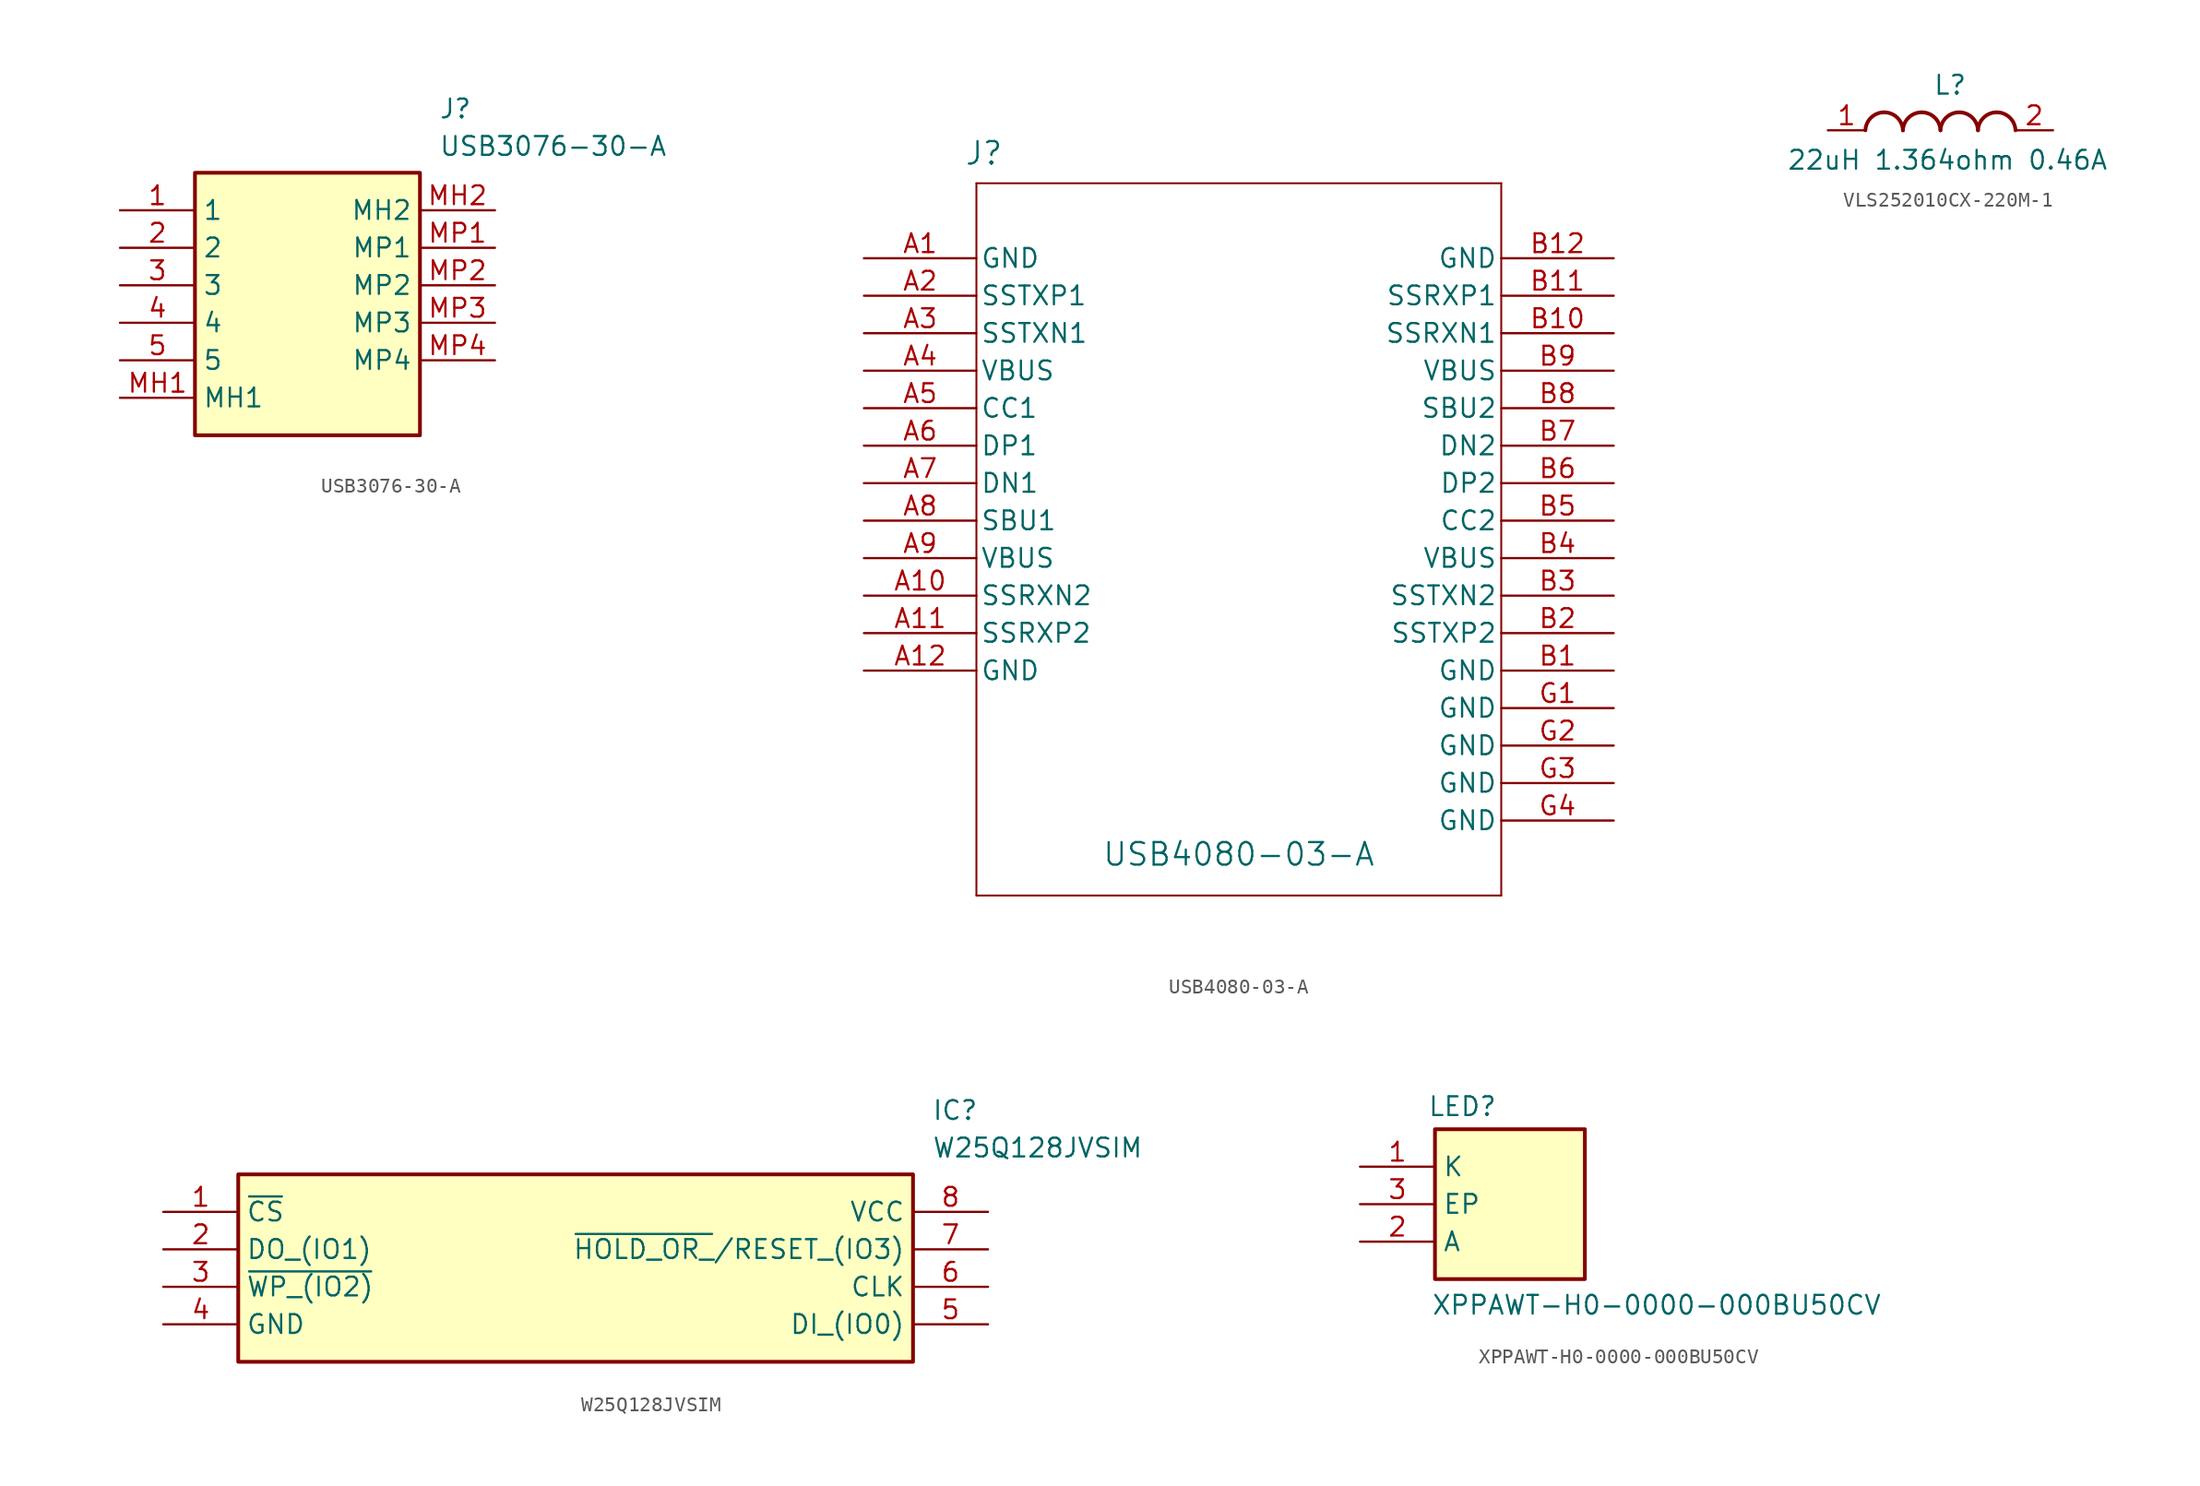
<source format=kicad_sym>
(kicad_symbol_lib
  (version 20241209)
  (generator "kicad_symbol_editor")
  (generator_version "9.0")
  (symbol "USB3076-30-A"
    (property "Reference" "J"
      (at 21.59 7.62 0)
      (effects (font (size 1.27 1.27)) (justify left top)))
    (property "Value" "USB3076-30-A"
      (at 21.59 5.08 0)
      (effects (font (size 1.27 1.27)) (justify left top)))
    (symbol "USB3076-30-A_1_1"
      (rectangle (start 5.08 2.54) (end 20.32 -15.24) (stroke (width 0.254) (type default)) (fill (type background)))
      (pin passive line (at 0 0 0) (length 5.08) (name "1" (effects (font (size 1.27 1.27)))) (number "1" (effects (font (size 1.27 1.27)))))
      (pin passive line (at 0 -2.54 0) (length 5.08) (name "2" (effects (font (size 1.27 1.27)))) (number "2" (effects (font (size 1.27 1.27)))))
      (pin passive line (at 0 -5.08 0) (length 5.08) (name "3" (effects (font (size 1.27 1.27)))) (number "3" (effects (font (size 1.27 1.27)))))
      (pin passive line (at 0 -7.62 0) (length 5.08) (name "4" (effects (font (size 1.27 1.27)))) (number "4" (effects (font (size 1.27 1.27)))))
      (pin passive line (at 0 -10.16 0) (length 5.08) (name "5" (effects (font (size 1.27 1.27)))) (number "5" (effects (font (size 1.27 1.27)))))
      (pin passive line (at 0 -12.7 0) (length 5.08) (name "MH1" (effects (font (size 1.27 1.27)))) (number "MH1" (effects (font (size 1.27 1.27)))))
      (pin passive line (at 25.4 0 180) (length 5.08) (name "MH2" (effects (font (size 1.27 1.27)))) (number "MH2" (effects (font (size 1.27 1.27)))))
      (pin passive line (at 25.4 -2.54 180) (length 5.08) (name "MP1" (effects (font (size 1.27 1.27)))) (number "MP1" (effects (font (size 1.27 1.27)))))
      (pin passive line (at 25.4 -5.08 180) (length 5.08) (name "MP2" (effects (font (size 1.27 1.27)))) (number "MP2" (effects (font (size 1.27 1.27)))))
      (pin passive line (at 25.4 -7.62 180) (length 5.08) (name "MP3" (effects (font (size 1.27 1.27)))) (number "MP3" (effects (font (size 1.27 1.27)))))
      (pin passive line (at 25.4 -10.16 180) (length 5.08) (name "MP4" (effects (font (size 1.27 1.27)))) (number "MP4" (effects (font (size 1.27 1.27)))))))
  (symbol "USB4080-03-A"
    (pin_names
      (offset 0.254))
    (property "Reference" "J"
      (at -17.272 21.082 0)
      (effects (font (size 1.524 1.524))))
    (property "Value" "USB4080-03-A"
      (at 0 -26.416 0)
      (effects (font (size 1.524 1.524))))
    (symbol "USB4080-03-A_0_1"
      (polyline (pts (xy -17.78 19.05) (xy -17.78 -29.21)) (stroke (width 0.127) (type default)) (fill (type none)))
      (polyline (pts (xy -17.78 -29.21) (xy 17.78 -29.21)) (stroke (width 0.127) (type default)) (fill (type none)))
      (polyline (pts (xy 17.78 19.05) (xy -17.78 19.05)) (stroke (width 0.127) (type default)) (fill (type none)))
      (polyline (pts (xy 17.78 -29.21) (xy 17.78 19.05)) (stroke (width 0.127) (type default)) (fill (type none)))
      (pin bidirectional line (at -25.4 11.43 0) (length 7.62) (name "SSTXP1" (effects (font (size 1.27 1.27)))) (number "A2" (effects (font (size 1.27 1.27)))))
      (pin bidirectional line (at -25.4 8.89 0) (length 7.62) (name "SSTXN1" (effects (font (size 1.27 1.27)))) (number "A3" (effects (font (size 1.27 1.27)))))
      (pin bidirectional line (at -25.4 3.81 0) (length 7.62) (name "CC1" (effects (font (size 1.27 1.27)))) (number "A5" (effects (font (size 1.27 1.27)))))
      (pin bidirectional line (at -25.4 1.27 0) (length 7.62) (name "DP1" (effects (font (size 1.27 1.27)))) (number "A6" (effects (font (size 1.27 1.27)))))
      (pin bidirectional line (at -25.4 -1.27 0) (length 7.62) (name "DN1" (effects (font (size 1.27 1.27)))) (number "A7" (effects (font (size 1.27 1.27)))))
      (pin bidirectional line (at -25.4 -3.81 0) (length 7.62) (name "SBU1" (effects (font (size 1.27 1.27)))) (number "A8" (effects (font (size 1.27 1.27)))))
      (pin bidirectional line (at -25.4 -8.89 0) (length 7.62) (name "SSRXN2" (effects (font (size 1.27 1.27)))) (number "A10" (effects (font (size 1.27 1.27)))))
      (pin bidirectional line (at -25.4 -11.43 0) (length 7.62) (name "SSRXP2" (effects (font (size 1.27 1.27)))) (number "A11" (effects (font (size 1.27 1.27)))))
      (pin bidirectional line (at 25.4 11.43 180) (length 7.62) (name "SSRXP1" (effects (font (size 1.27 1.27)))) (number "B11" (effects (font (size 1.27 1.27)))))
      (pin bidirectional line (at 25.4 8.89 180) (length 7.62) (name "SSRXN1" (effects (font (size 1.27 1.27)))) (number "B10" (effects (font (size 1.27 1.27)))))
      (pin bidirectional line (at 25.4 3.81 180) (length 7.62) (name "SBU2" (effects (font (size 1.27 1.27)))) (number "B8" (effects (font (size 1.27 1.27)))))
      (pin bidirectional line (at 25.4 1.27 180) (length 7.62) (name "DN2" (effects (font (size 1.27 1.27)))) (number "B7" (effects (font (size 1.27 1.27)))))
      (pin bidirectional line (at 25.4 -1.27 180) (length 7.62) (name "DP2" (effects (font (size 1.27 1.27)))) (number "B6" (effects (font (size 1.27 1.27)))))
      (pin bidirectional line (at 25.4 -3.81 180) (length 7.62) (name "CC2" (effects (font (size 1.27 1.27)))) (number "B5" (effects (font (size 1.27 1.27)))))
      (pin bidirectional line (at 25.4 -8.89 180) (length 7.62) (name "SSTXN2" (effects (font (size 1.27 1.27)))) (number "B3" (effects (font (size 1.27 1.27)))))
      (pin bidirectional line (at 25.4 -11.43 180) (length 7.62) (name "SSTXP2" (effects (font (size 1.27 1.27)))) (number "B2" (effects (font (size 1.27 1.27))))))
    (symbol "USB4080-03-A_1_1"
      (pin passive line (at -25.4 13.97 0) (length 7.62) (name "GND" (effects (font (size 1.27 1.27)))) (number "A1" (effects (font (size 1.27 1.27)))))
      (pin passive line (at -25.4 6.35 0) (length 7.62) (name "VBUS" (effects (font (size 1.27 1.27)))) (number "A4" (effects (font (size 1.27 1.27)))))
      (pin passive line (at -25.4 -6.35 0) (length 7.62) (name "VBUS" (effects (font (size 1.27 1.27)))) (number "A9" (effects (font (size 1.27 1.27)))))
      (pin passive line (at -25.4 -13.97 0) (length 7.62) (name "GND" (effects (font (size 1.27 1.27)))) (number "A12" (effects (font (size 1.27 1.27)))))
      (pin passive line (at 25.4 13.97 180) (length 7.62) (name "GND" (effects (font (size 1.27 1.27)))) (number "B12" (effects (font (size 1.27 1.27)))))
      (pin passive line (at 25.4 6.35 180) (length 7.62) (name "VBUS" (effects (font (size 1.27 1.27)))) (number "B9" (effects (font (size 1.27 1.27)))))
      (pin passive line (at 25.4 -6.35 180) (length 7.62) (name "VBUS" (effects (font (size 1.27 1.27)))) (number "B4" (effects (font (size 1.27 1.27)))))
      (pin passive line (at 25.4 -13.97 180) (length 7.62) (name "GND" (effects (font (size 1.27 1.27)))) (number "B1" (effects (font (size 1.27 1.27)))))
      (pin passive line (at 25.4 -16.51 180) (length 7.62) (name "GND" (effects (font (size 1.27 1.27)))) (number "G1" (effects (font (size 1.27 1.27)))))
      (pin passive line (at 25.4 -19.05 180) (length 7.62) (name "GND" (effects (font (size 1.27 1.27)))) (number "G2" (effects (font (size 1.27 1.27)))))
      (pin passive line (at 25.4 -21.59 180) (length 7.62) (name "GND" (effects (font (size 1.27 1.27)))) (number "G3" (effects (font (size 1.27 1.27)))))
      (pin passive line (at 25.4 -24.13 180) (length 7.62) (name "GND" (effects (font (size 1.27 1.27)))) (number "G4" (effects (font (size 1.27 1.27)))))))
  (symbol "VLS252010CX-220M-1"
    (pin_names
      (hide yes))
    (property "Reference" "L"
      (at -0.508 3.81 0)
      (effects (font (size 1.27 1.27)) (justify left top)))
    (property "Value" "22uH 1.364ohm 0.46A"
      (at -10.414 -1.27 0)
      (effects (font (size 1.27 1.27)) (justify left top)))
    (symbol "VLS252010CX-220M-1_1_1"
      (arc (start -5.08 0) (mid -3.81 1.219) (end -2.54 0) (stroke (width 0.254) (type default)) (fill (type none)))
      (arc (start -2.54 0) (mid -1.27 1.219) (end 0 0) (stroke (width 0.254) (type default)) (fill (type none)))
      (arc (start 0 0) (mid 1.27 1.219) (end 2.54 0) (stroke (width 0.254) (type default)) (fill (type none)))
      (arc (start 2.54 0) (mid 3.81 1.219) (end 5.08 0) (stroke (width 0.254) (type default)) (fill (type none)))
      (pin passive line (at -7.62 0 0) (length 2.54) (name "1" (effects (font (size 1.27 1.27)))) (number "1" (effects (font (size 1.27 1.27)))))
      (pin passive line (at 7.62 0 180) (length 2.54) (name "2" (effects (font (size 1.27 1.27)))) (number "2" (effects (font (size 1.27 1.27)))))))
  (symbol "W25Q128JVSIM"
    (property "Reference" "IC"
      (at 52.07 7.62 0)
      (effects (font (size 1.27 1.27)) (justify left top)))
    (property "Value" "W25Q128JVSIM"
      (at 52.07 5.08 0)
      (effects (font (size 1.27 1.27)) (justify left top)))
    (symbol "W25Q128JVSIM_1_1"
      (rectangle (start 5.08 2.54) (end 50.8 -10.16) (stroke (width 0.254) (type default)) (fill (type background)))
      (pin passive line (at 0 0 0) (length 5.08) (name "~{CS}" (effects (font (size 1.27 1.27)))) (number "1" (effects (font (size 1.27 1.27)))))
      (pin passive line (at 0 -2.54 0) (length 5.08) (name "DO_(IO1)" (effects (font (size 1.27 1.27)))) (number "2" (effects (font (size 1.27 1.27)))))
      (pin passive line (at 0 -5.08 0) (length 5.08) (name "~{WP_(IO2)}" (effects (font (size 1.27 1.27)))) (number "3" (effects (font (size 1.27 1.27)))))
      (pin passive line (at 0 -7.62 0) (length 5.08) (name "GND" (effects (font (size 1.27 1.27)))) (number "4" (effects (font (size 1.27 1.27)))))
      (pin passive line (at 55.88 0 180) (length 5.08) (name "VCC" (effects (font (size 1.27 1.27)))) (number "8" (effects (font (size 1.27 1.27)))))
      (pin passive line (at 55.88 -2.54 180) (length 5.08) (name "~{HOLD_OR_}/RESET_(IO3)" (effects (font (size 1.27 1.27)))) (number "7" (effects (font (size 1.27 1.27)))))
      (pin passive line (at 55.88 -5.08 180) (length 5.08) (name "CLK" (effects (font (size 1.27 1.27)))) (number "6" (effects (font (size 1.27 1.27)))))
      (pin passive line (at 55.88 -7.62 180) (length 5.08) (name "DI_(IO0)" (effects (font (size 1.27 1.27)))) (number "5" (effects (font (size 1.27 1.27)))))))
  (symbol "XPPAWT-H0-0000-000BU50CV"
    (property "Reference" "LED"
      (at -3.048 7.366 0)
      (effects (font (size 1.27 1.27)) (justify left top)))
    (property "Value" "XPPAWT-H0-0000-000BU50CV"
      (at -2.794 -6.096 0)
      (effects (font (size 1.27 1.27)) (justify left top)))
    (symbol "XPPAWT-H0-0000-000BU50CV_1_1"
      (rectangle (start -2.54 5.08) (end 7.62 -5.08) (stroke (width 0.254) (type default)) (fill (type background)))
      (pin passive line (at -7.62 2.54 0) (length 5.08) (name "K" (effects (font (size 1.27 1.27)))) (number "1" (effects (font (size 1.27 1.27)))))
      (pin passive line (at -7.62 0 0) (length 5.08) (name "EP" (effects (font (size 1.27 1.27)))) (number "3" (effects (font (size 1.27 1.27)))))
      (pin passive line (at -7.62 -2.54 0) (length 5.08) (name "A" (effects (font (size 1.27 1.27)))) (number "2" (effects (font (size 1.27 1.27))))))))
</source>
